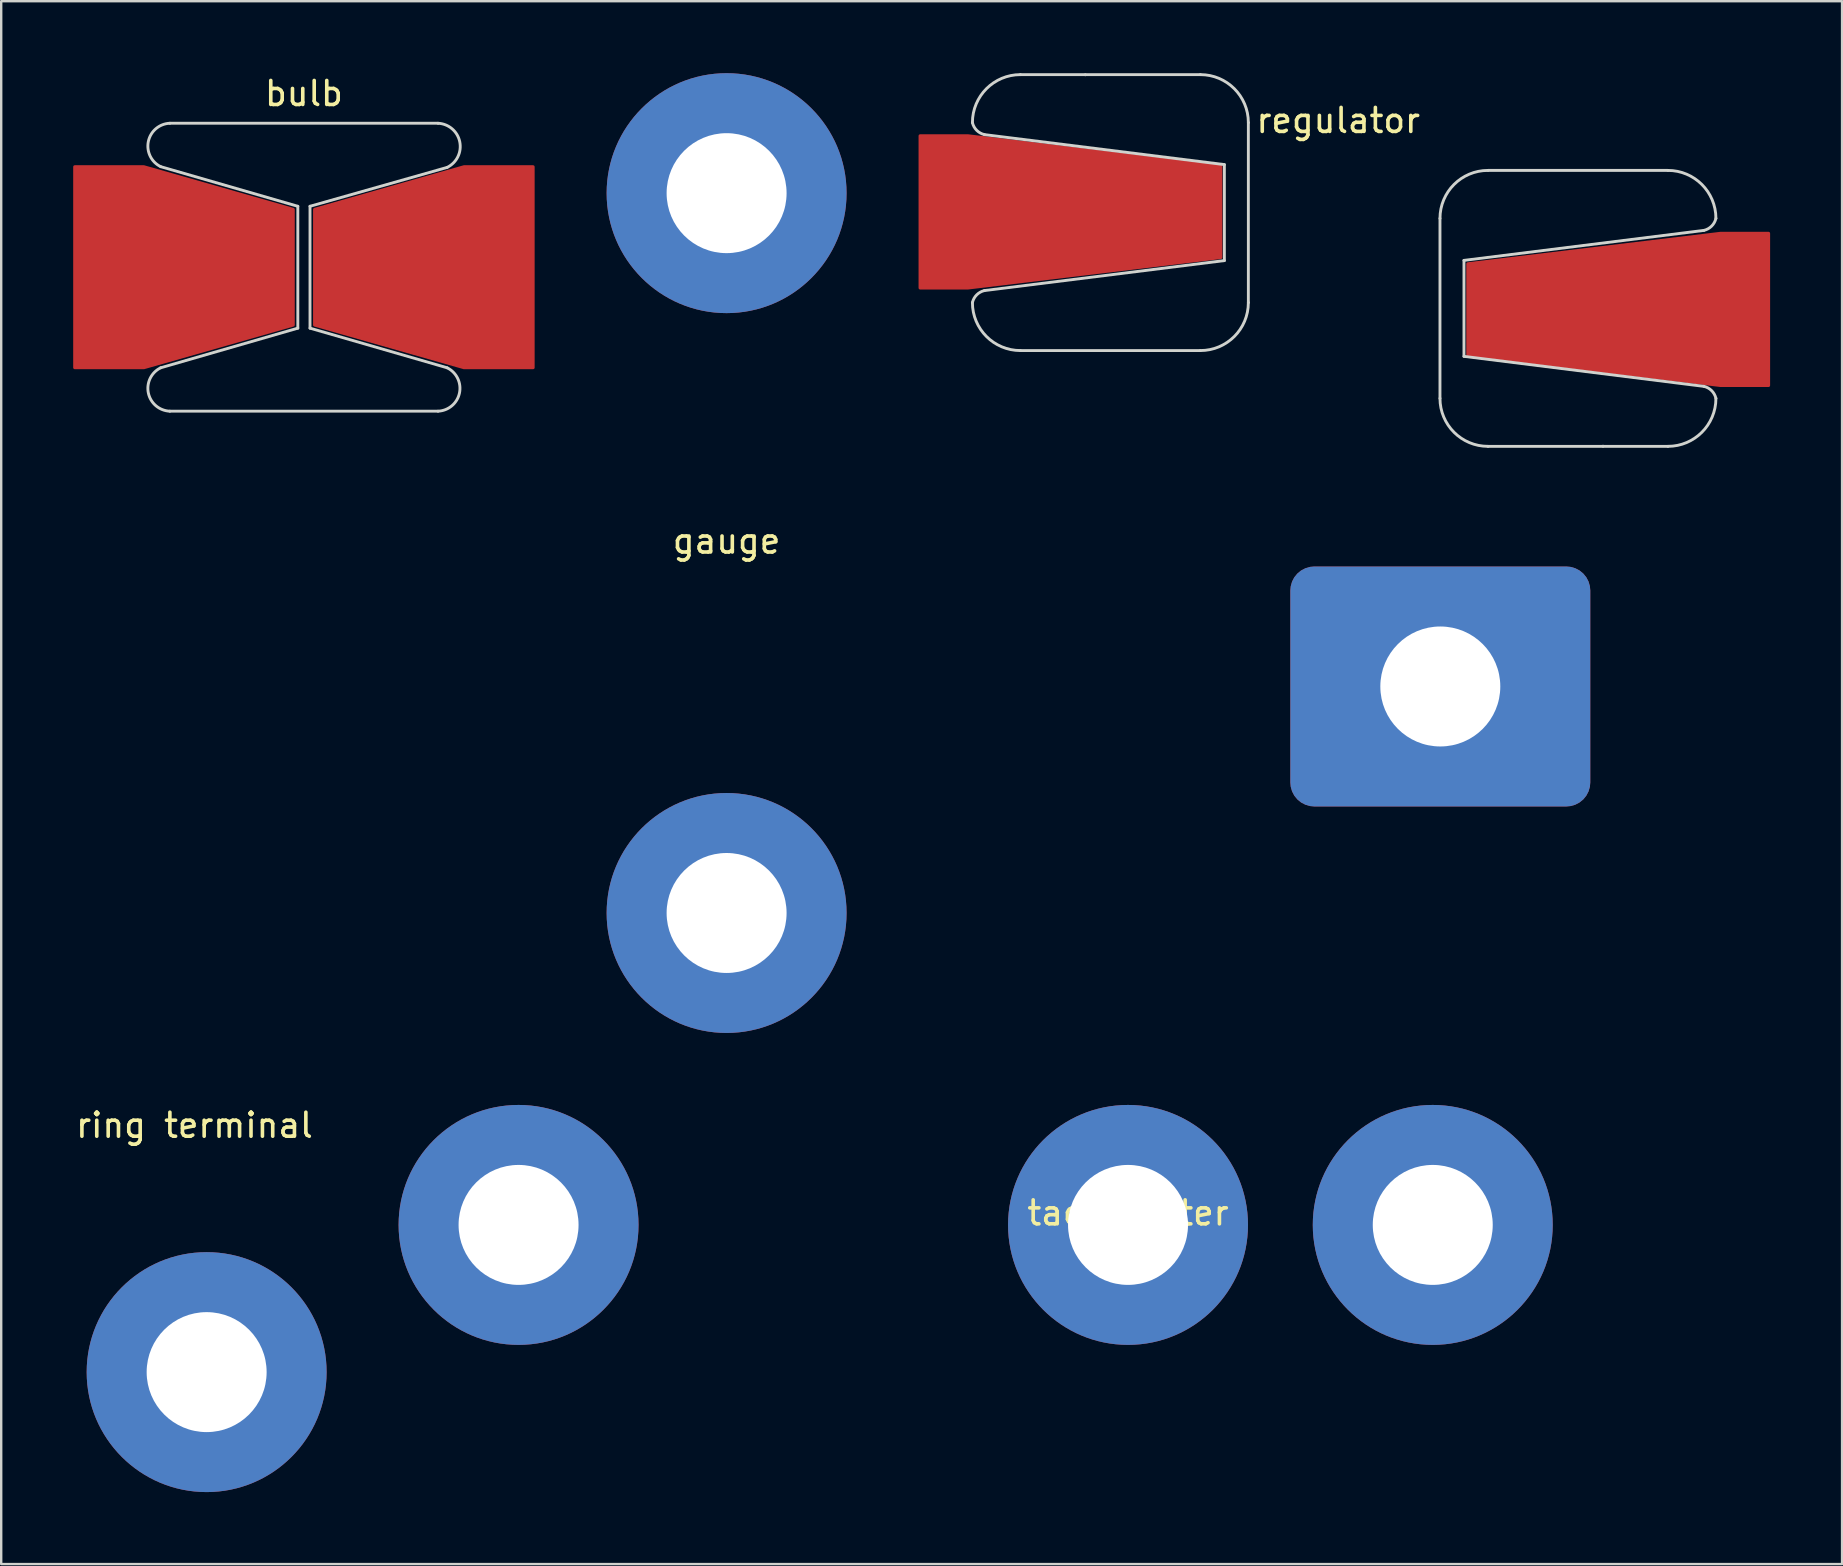
<source format=kicad_pcb>
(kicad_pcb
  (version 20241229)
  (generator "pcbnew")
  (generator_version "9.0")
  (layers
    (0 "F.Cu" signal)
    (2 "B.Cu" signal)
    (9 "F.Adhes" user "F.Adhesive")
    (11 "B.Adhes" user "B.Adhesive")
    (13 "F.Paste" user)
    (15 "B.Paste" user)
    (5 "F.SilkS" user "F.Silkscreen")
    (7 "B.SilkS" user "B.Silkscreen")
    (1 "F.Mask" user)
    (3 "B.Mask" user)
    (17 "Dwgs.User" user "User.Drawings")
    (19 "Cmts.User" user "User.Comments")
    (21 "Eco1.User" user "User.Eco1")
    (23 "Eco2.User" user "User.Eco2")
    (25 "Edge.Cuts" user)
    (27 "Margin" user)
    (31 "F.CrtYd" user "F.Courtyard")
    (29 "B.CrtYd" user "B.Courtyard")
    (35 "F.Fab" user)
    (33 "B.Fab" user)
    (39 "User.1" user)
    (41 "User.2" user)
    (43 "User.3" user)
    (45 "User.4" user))
  (footprint "tachometer"
    (layer "F.Cu")
    (at 43.962 48)
    (property "Reference" "tachometer" (at 0 -0.5 0) (unlocked yes) (layer "F.SilkS") (effects (font (size 1 1) (thickness 0.15))))
    (attr smd)
    (pad "1" thru_hole circle (at -25.4 0) (size 10 10) (drill 5) (layers "*.Cu" "*.Mask"))
    (pad "2" thru_hole circle (at 0 0) (size 10 10) (drill 5) (layers "*.Cu" "*.Mask"))
    (pad "3" thru_hole circle (at 12.7 0) (size 10 10) (drill 5) (layers "*.Cu" "*.Mask")))
  (footprint "gauge"
    (layer "F.Cu")
    (at 27.232 20)
    (property "Reference" "gauge" (at 0 -0.5 0) (unlocked yes) (layer "F.SilkS") (effects (font (size 1 1) (thickness 0.15))))
    (attr smd)
    (pad "1" thru_hole circle (at 0 -15) (size 10 10) (drill 5) (layers "*.Cu" "*.Mask"))
    (pad "2" thru_hole circle (at 0 15) (size 10 10) (drill 5) (layers "*.Cu" "*.Mask")))
  (footprint "bulb"
    (layer "F.Cu")
    (at 9.616 8.087)
    (property "Reference" "bulb" (at 0 -7.239 0) (unlocked yes) (layer "F.SilkS") (effects (font (size 1 1) (thickness 0.15))))
    (attr smd)
    (fp_line (start -5.969 -4.191) (end -0.254 -2.54) (stroke (width 0.12) (type solid)) (layer "Edge.Cuts"))
    (fp_line (start -5.969 4.191) (end -0.254 2.54) (stroke (width 0.12) (type solid)) (layer "Edge.Cuts"))
    (fp_line (start -5.588 -6) (end 5.588 -6) (stroke (width 0.12) (type solid)) (layer "Edge.Cuts"))
    (fp_line (start -5.588 6) (end 5.588 6) (stroke (width 0.12) (type solid)) (layer "Edge.Cuts"))
    (fp_line (start -0.254 -2.54) (end -0.254 2.54) (stroke (width 0.12) (type solid)) (layer "Edge.Cuts"))
    (fp_line (start 0.254 -2.54) (end 0.254 2.54) (stroke (width 0.12) (type solid)) (layer "Edge.Cuts"))
    (fp_line (start 0.254 -2.54) (end 5.969 -4.16) (stroke (width 0.12) (type solid)) (layer "Edge.Cuts"))
    (fp_line (start 0.254 2.54) (end 5.969 4.191) (stroke (width 0.12) (type solid)) (layer "Edge.Cuts"))
    (fp_arc (start -5.969 -4.191) (mid -6.482792 -5.243833) (end -5.588 -6) (stroke (width 0.12) (type solid)) (layer "Edge.Cuts"))
    (fp_arc (start -5.588 6) (mid -6.482791 5.243833) (end -5.969 4.191) (stroke (width 0.12) (type solid)) (layer "Edge.Cuts"))
    (fp_arc (start 5.588 -6) (mid 6.49486 -5.228333) (end 5.969 -4.16) (stroke (width 0.12) (type solid)) (layer "Edge.Cuts"))
    (fp_arc (start 5.969 4.191) (mid 6.482791 5.243833) (end 5.588 6) (stroke (width 0.12) (type solid)) (layer "Edge.Cuts"))
    (pad "1" smd custom (at -3.556 0) (size 2.286 1.524) (layers "F.Cu" "F.Mask") (options (anchor rect)) (primitives (gr_poly (pts (xy -3.115 -4.191) (xy 3.115 -2.413) (xy 3.115 2.413) (xy -3.115 4.191) (xy -6 4.191) (xy -6 -4.191)) (width 0.12) (fill yes))))
    (pad "2" smd custom (at 3.556 0 180) (size 2.286 1.524) (layers "F.Cu" "F.Mask") (options (anchor rect)) (primitives (gr_poly (pts (xy -3.115 -4.191) (xy 3.115 -2.413) (xy 3.115 2.413) (xy -3.115 4.191) (xy -6 4.191) (xy -6 -4.191)) (width 0.12) (fill yes)))))
  (footprint "regulator"
    (layer "F.Cu")
    (at 52.977 15.56)
    (property "Reference" "regulator" (at -0.254 -13.589 0) (unlocked yes) (layer "F.SilkS") (effects (font (size 1 1) (thickness 0.15))))
    (attr smd)
    (fp_line (start -15 -13) (end -5 -11.75) (stroke (width 0.12) (type solid)) (layer "Edge.Cuts"))
    (fp_line (start -13.5 -15.5) (end -6 -15.5) (stroke (width 0.12) (type solid)) (layer "Edge.Cuts"))
    (fp_line (start -13.5 -4) (end -6 -4) (stroke (width 0.12) (type solid)) (layer "Edge.Cuts"))
    (fp_line (start -10.795 -15.494) (end -10.795 -15.494) (stroke (width 0.12) (type solid)) (layer "Edge.Cuts"))
    (fp_line (start -5 -11.75) (end -5 -7.75) (stroke (width 0.12) (type solid)) (layer "Edge.Cuts"))
    (fp_line (start -5 -7.75) (end -15 -6.5) (stroke (width 0.12) (type solid)) (layer "Edge.Cuts"))
    (fp_line (start -4 -13.5) (end -4 -6) (stroke (width 0.12) (type solid)) (layer "Edge.Cuts"))
    (fp_line (start 3.986 -2.008) (end 3.986 -9.508) (stroke (width 0.12) (type solid)) (layer "Edge.Cuts"))
    (fp_line (start 4.986 -7.758) (end 14.986 -9.008) (stroke (width 0.12) (type solid)) (layer "Edge.Cuts"))
    (fp_line (start 4.986 -3.758) (end 4.986 -7.758) (stroke (width 0.12) (type solid)) (layer "Edge.Cuts"))
    (fp_line (start 10.781 -0.014) (end 10.781 -0.014) (stroke (width 0.12) (type solid)) (layer "Edge.Cuts"))
    (fp_line (start 13.486 -11.508) (end 5.986 -11.508) (stroke (width 0.12) (type solid)) (layer "Edge.Cuts"))
    (fp_line (start 13.486 -0.008) (end 5.986 -0.008) (stroke (width 0.12) (type solid)) (layer "Edge.Cuts"))
    (fp_line (start 14.986 -2.508) (end 4.986 -3.758) (stroke (width 0.12) (type solid)) (layer "Edge.Cuts"))
    (fp_arc (start -15.5 -13.5) (mid -14.914214 -14.914214) (end -13.5 -15.5) (stroke (width 0.12) (type solid)) (layer "Edge.Cuts"))
    (fp_arc (start -15.5 -6) (mid -15.321464 -6.321464) (end -15 -6.5) (stroke (width 0.12) (type solid)) (layer "Edge.Cuts"))
    (fp_arc (start -15 -13) (mid -15.321464 -13.178536) (end -15.5 -13.5) (stroke (width 0.12) (type solid)) (layer "Edge.Cuts"))
    (fp_arc (start -13.5 -4) (mid -14.914214 -4.585786) (end -15.5 -6) (stroke (width 0.12) (type solid)) (layer "Edge.Cuts"))
    (fp_arc (start -6 -15.5) (mid -4.585786 -14.914214) (end -4 -13.5) (stroke (width 0.12) (type solid)) (layer "Edge.Cuts"))
    (fp_arc (start -4 -6) (mid -4.585786 -4.585786) (end -6 -4) (stroke (width 0.12) (type solid)) (layer "Edge.Cuts"))
    (fp_arc (start 3.986214 -9.507786) (mid 4.572 -10.922) (end 5.986214 -11.507786) (stroke (width 0.12) (type solid)) (layer "Edge.Cuts"))
    (fp_arc (start 5.986214 -0.007786) (mid 4.572 -0.593572) (end 3.986214 -2.007786) (stroke (width 0.12) (type solid)) (layer "Edge.Cuts"))
    (fp_arc (start 13.486214 -11.507786) (mid 14.900428 -10.922) (end 15.486214 -9.507786) (stroke (width 0.12) (type solid)) (layer "Edge.Cuts"))
    (fp_arc (start 14.986214 -2.507786) (mid 15.307678 -2.32925) (end 15.486214 -2.007786) (stroke (width 0.12) (type solid)) (layer "Edge.Cuts"))
    (fp_arc (start 15.486214 -9.507786) (mid 15.307678 -9.186322) (end 14.986214 -9.007786) (stroke (width 0.12) (type solid)) (layer "Edge.Cuts"))
    (fp_arc (start 15.486214 -2.007786) (mid 14.900428 -0.593572) (end 13.486214 -0.007786) (stroke (width 0.12) (type solid)) (layer "Edge.Cuts"))
    (pad "1" smd custom (at -10.414 -9.779) (size 4 2) (layers "F.Cu" "F.Mask") (options (anchor rect)) (primitives (gr_poly (pts (xy -5.271 -3.175) (xy 5.271 -1.905) (xy 5.271 1.905) (xy -5.271 3.175) (xy -7.271 3.175) (xy -7.271 -3.175)) (width 0.12) (fill yes))))
    (pad "2" thru_hole roundrect (at 4 10) (size 12.5 10) (drill 5) (layers "*.Cu" "*.Mask") (roundrect_rratio 0.1))
    (pad "3" smd custom (at 10.414 -5.715 180) (size 4 2) (layers "F.Cu" "F.Mask") (options (anchor rect)) (primitives (gr_poly (pts (xy -5.271 -3.175) (xy 5.271 -1.905) (xy 5.271 1.905) (xy -5.271 3.175) (xy -7.271 3.175) (xy -7.271 -3.175)) (width 0.12) (fill yes)))))
  (footprint "ring terminal"
    (layer "F.Cu")
    (at 5.562 54.135)
    (property "Reference" "ring terminal" (at -0.508 -10.287 0) (unlocked yes) (layer "F.SilkS") (effects (font (size 1 1) (thickness 0.15))))
    (attr through_hole)
    (pad "1" thru_hole circle (at 0 0) (size 10 10) (drill 5) (layers "*.Cu" "*.Mask")))
  (gr_rect
    (start -3 -3)
    (end 73.721 62.135)
    (stroke (width 0.1) (type default))
    (fill no)
    (layer "Edge.Cuts")))
</source>
